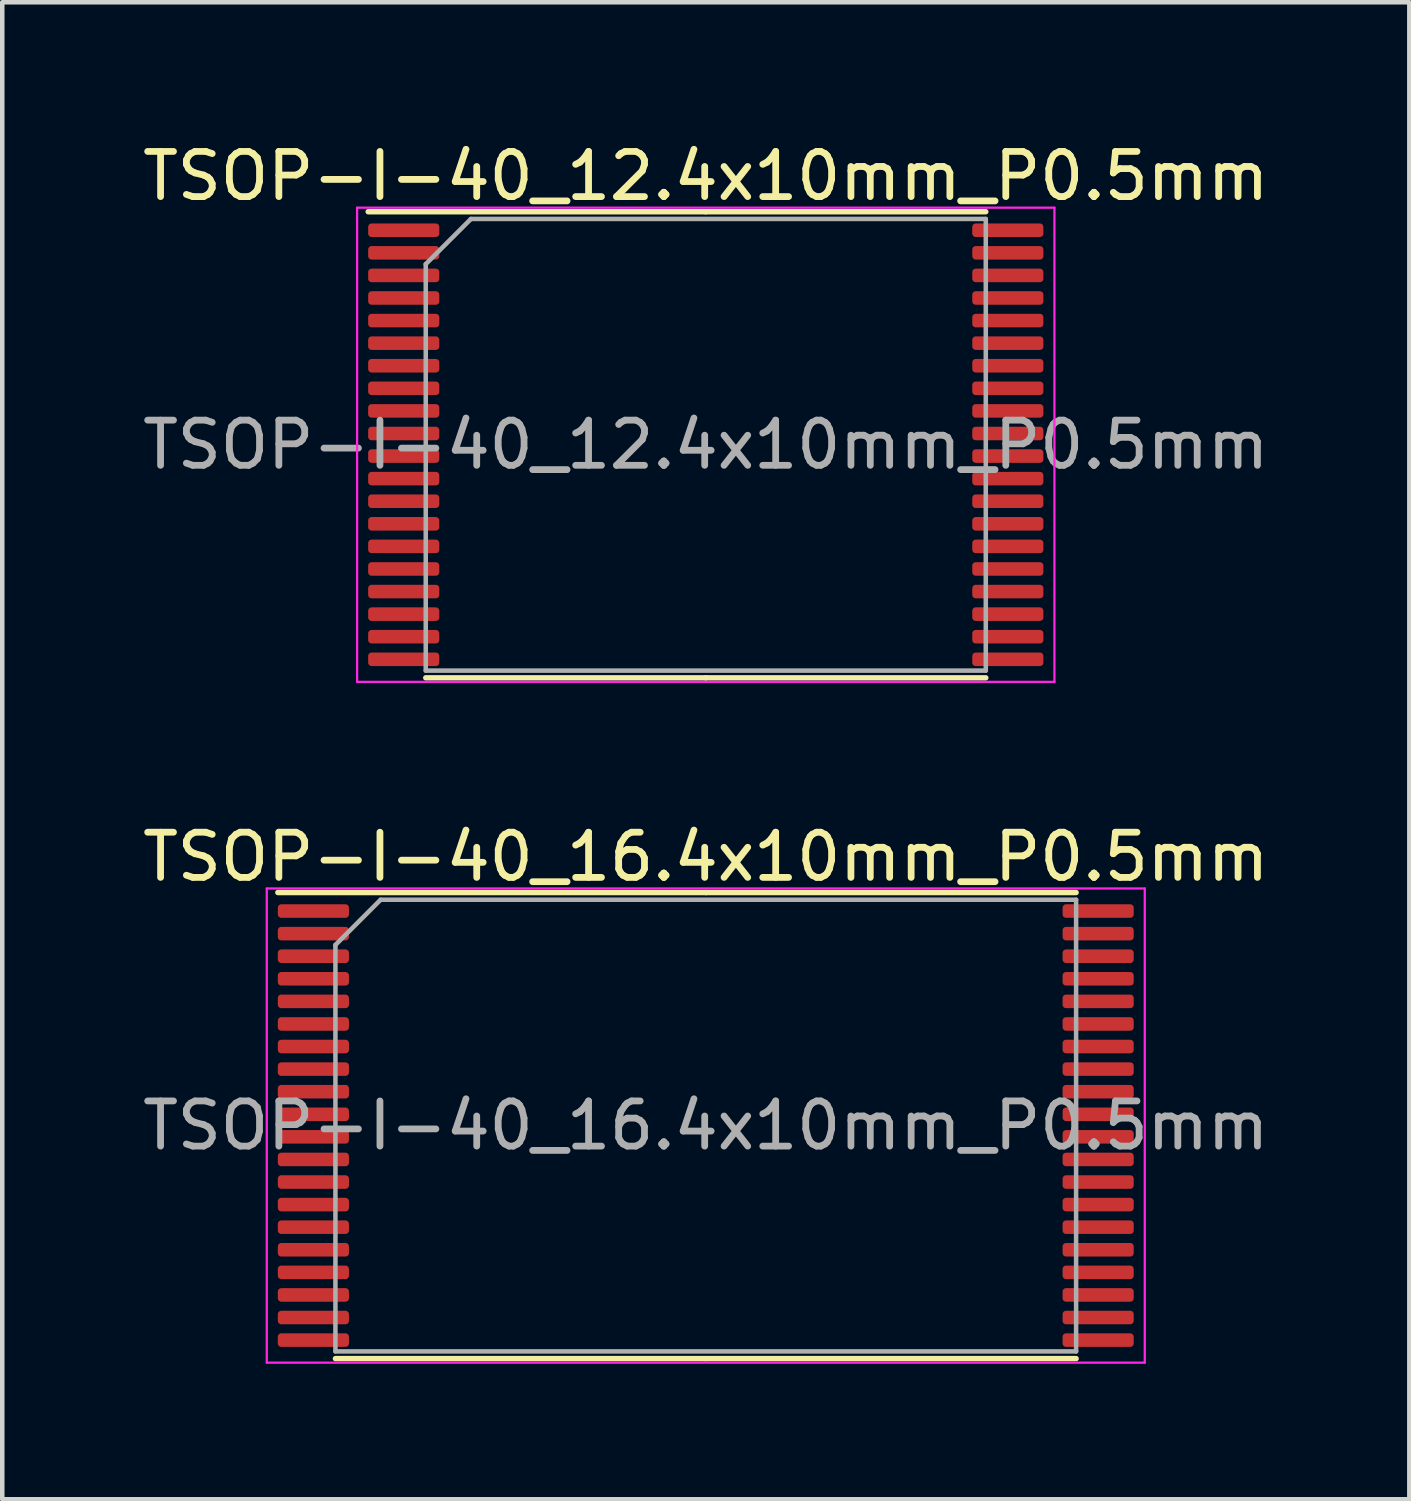
<source format=kicad_pcb>
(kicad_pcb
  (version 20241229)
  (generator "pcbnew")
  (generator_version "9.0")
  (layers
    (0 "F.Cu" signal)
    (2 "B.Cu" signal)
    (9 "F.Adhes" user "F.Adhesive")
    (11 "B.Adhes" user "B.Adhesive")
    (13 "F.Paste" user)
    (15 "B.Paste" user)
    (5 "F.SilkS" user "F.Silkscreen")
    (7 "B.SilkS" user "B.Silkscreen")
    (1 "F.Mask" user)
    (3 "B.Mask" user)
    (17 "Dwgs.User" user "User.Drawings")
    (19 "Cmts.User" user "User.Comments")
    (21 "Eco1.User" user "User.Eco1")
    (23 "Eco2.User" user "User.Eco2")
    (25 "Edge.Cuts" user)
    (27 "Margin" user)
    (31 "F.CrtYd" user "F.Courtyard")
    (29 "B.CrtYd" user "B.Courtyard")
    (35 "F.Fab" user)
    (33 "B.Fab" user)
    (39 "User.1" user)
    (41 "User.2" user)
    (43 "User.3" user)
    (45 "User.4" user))
  (footprint "TSOP-I-40_16.4x10mm_P0.5mm"
    (layer "F.Cu")
    (at 12.577 21.872)
    (property "Reference" "TSOP-I-40_16.4x10mm_P0.5mm" (at 0 -5.95 0) (layer "F.SilkS") (effects (font (size 1 1) (thickness 0.15))))
    (attr smd)
    (fp_line (start 0 -5.16) (end -9.475 -5.16) (stroke (width 0.12) (type solid)) (layer "F.SilkS"))
    (fp_line (start 0 -5.16) (end 8.2 -5.16) (stroke (width 0.12) (type solid)) (layer "F.SilkS"))
    (fp_line (start 0 5.16) (end -8.2 5.16) (stroke (width 0.12) (type solid)) (layer "F.SilkS"))
    (fp_line (start 0 5.16) (end 8.2 5.16) (stroke (width 0.12) (type solid)) (layer "F.SilkS"))
    (fp_line (start -9.72 -5.25) (end -9.72 5.25) (stroke (width 0.05) (type solid)) (layer "F.CrtYd"))
    (fp_line (start -9.72 5.25) (end 9.72 5.25) (stroke (width 0.05) (type solid)) (layer "F.CrtYd"))
    (fp_line (start 9.72 -5.25) (end -9.72 -5.25) (stroke (width 0.05) (type solid)) (layer "F.CrtYd"))
    (fp_line (start 9.72 5.25) (end 9.72 -5.25) (stroke (width 0.05) (type solid)) (layer "F.CrtYd"))
    (fp_line (start -8.2 -4) (end -7.2 -5) (stroke (width 0.1) (type solid)) (layer "F.Fab"))
    (fp_line (start -8.2 5) (end -8.2 -4) (stroke (width 0.1) (type solid)) (layer "F.Fab"))
    (fp_line (start -7.2 -5) (end 8.2 -5) (stroke (width 0.1) (type solid)) (layer "F.Fab"))
    (fp_line (start 8.2 -5) (end 8.2 5) (stroke (width 0.1) (type solid)) (layer "F.Fab"))
    (fp_line (start 8.2 5) (end -8.2 5) (stroke (width 0.1) (type solid)) (layer "F.Fab"))
    (fp_text user "${REFERENCE}" (at 0 0 0) (layer "F.Fab") (effects (font (size 1 1) (thickness 0.15))))
    (pad "1" smd roundrect (at -8.688 -4.75) (size 1.575 0.3) (layers "F.Cu" "F.Mask" "F.Paste") (roundrect_rratio 0.25))
    (pad "2" smd roundrect (at -8.688 -4.25) (size 1.575 0.3) (layers "F.Cu" "F.Mask" "F.Paste") (roundrect_rratio 0.25))
    (pad "3" smd roundrect (at -8.688 -3.75) (size 1.575 0.3) (layers "F.Cu" "F.Mask" "F.Paste") (roundrect_rratio 0.25))
    (pad "4" smd roundrect (at -8.688 -3.25) (size 1.575 0.3) (layers "F.Cu" "F.Mask" "F.Paste") (roundrect_rratio 0.25))
    (pad "5" smd roundrect (at -8.688 -2.75) (size 1.575 0.3) (layers "F.Cu" "F.Mask" "F.Paste") (roundrect_rratio 0.25))
    (pad "6" smd roundrect (at -8.688 -2.25) (size 1.575 0.3) (layers "F.Cu" "F.Mask" "F.Paste") (roundrect_rratio 0.25))
    (pad "7" smd roundrect (at -8.688 -1.75) (size 1.575 0.3) (layers "F.Cu" "F.Mask" "F.Paste") (roundrect_rratio 0.25))
    (pad "8" smd roundrect (at -8.688 -1.25) (size 1.575 0.3) (layers "F.Cu" "F.Mask" "F.Paste") (roundrect_rratio 0.25))
    (pad "9" smd roundrect (at -8.688 -0.75) (size 1.575 0.3) (layers "F.Cu" "F.Mask" "F.Paste") (roundrect_rratio 0.25))
    (pad "10" smd roundrect (at -8.688 -0.25) (size 1.575 0.3) (layers "F.Cu" "F.Mask" "F.Paste") (roundrect_rratio 0.25))
    (pad "11" smd roundrect (at -8.688 0.25) (size 1.575 0.3) (layers "F.Cu" "F.Mask" "F.Paste") (roundrect_rratio 0.25))
    (pad "12" smd roundrect (at -8.688 0.75) (size 1.575 0.3) (layers "F.Cu" "F.Mask" "F.Paste") (roundrect_rratio 0.25))
    (pad "13" smd roundrect (at -8.688 1.25) (size 1.575 0.3) (layers "F.Cu" "F.Mask" "F.Paste") (roundrect_rratio 0.25))
    (pad "14" smd roundrect (at -8.688 1.75) (size 1.575 0.3) (layers "F.Cu" "F.Mask" "F.Paste") (roundrect_rratio 0.25))
    (pad "15" smd roundrect (at -8.688 2.25) (size 1.575 0.3) (layers "F.Cu" "F.Mask" "F.Paste") (roundrect_rratio 0.25))
    (pad "16" smd roundrect (at -8.688 2.75) (size 1.575 0.3) (layers "F.Cu" "F.Mask" "F.Paste") (roundrect_rratio 0.25))
    (pad "17" smd roundrect (at -8.688 3.25) (size 1.575 0.3) (layers "F.Cu" "F.Mask" "F.Paste") (roundrect_rratio 0.25))
    (pad "18" smd roundrect (at -8.688 3.75) (size 1.575 0.3) (layers "F.Cu" "F.Mask" "F.Paste") (roundrect_rratio 0.25))
    (pad "19" smd roundrect (at -8.688 4.25) (size 1.575 0.3) (layers "F.Cu" "F.Mask" "F.Paste") (roundrect_rratio 0.25))
    (pad "20" smd roundrect (at -8.688 4.75) (size 1.575 0.3) (layers "F.Cu" "F.Mask" "F.Paste") (roundrect_rratio 0.25))
    (pad "21" smd roundrect (at 8.688 4.75) (size 1.575 0.3) (layers "F.Cu" "F.Mask" "F.Paste") (roundrect_rratio 0.25))
    (pad "22" smd roundrect (at 8.688 4.25) (size 1.575 0.3) (layers "F.Cu" "F.Mask" "F.Paste") (roundrect_rratio 0.25))
    (pad "23" smd roundrect (at 8.688 3.75) (size 1.575 0.3) (layers "F.Cu" "F.Mask" "F.Paste") (roundrect_rratio 0.25))
    (pad "24" smd roundrect (at 8.688 3.25) (size 1.575 0.3) (layers "F.Cu" "F.Mask" "F.Paste") (roundrect_rratio 0.25))
    (pad "25" smd roundrect (at 8.688 2.75) (size 1.575 0.3) (layers "F.Cu" "F.Mask" "F.Paste") (roundrect_rratio 0.25))
    (pad "26" smd roundrect (at 8.688 2.25) (size 1.575 0.3) (layers "F.Cu" "F.Mask" "F.Paste") (roundrect_rratio 0.25))
    (pad "27" smd roundrect (at 8.688 1.75) (size 1.575 0.3) (layers "F.Cu" "F.Mask" "F.Paste") (roundrect_rratio 0.25))
    (pad "28" smd roundrect (at 8.688 1.25) (size 1.575 0.3) (layers "F.Cu" "F.Mask" "F.Paste") (roundrect_rratio 0.25))
    (pad "29" smd roundrect (at 8.688 0.75) (size 1.575 0.3) (layers "F.Cu" "F.Mask" "F.Paste") (roundrect_rratio 0.25))
    (pad "30" smd roundrect (at 8.688 0.25) (size 1.575 0.3) (layers "F.Cu" "F.Mask" "F.Paste") (roundrect_rratio 0.25))
    (pad "31" smd roundrect (at 8.688 -0.25) (size 1.575 0.3) (layers "F.Cu" "F.Mask" "F.Paste") (roundrect_rratio 0.25))
    (pad "32" smd roundrect (at 8.688 -0.75) (size 1.575 0.3) (layers "F.Cu" "F.Mask" "F.Paste") (roundrect_rratio 0.25))
    (pad "33" smd roundrect (at 8.688 -1.25) (size 1.575 0.3) (layers "F.Cu" "F.Mask" "F.Paste") (roundrect_rratio 0.25))
    (pad "34" smd roundrect (at 8.688 -1.75) (size 1.575 0.3) (layers "F.Cu" "F.Mask" "F.Paste") (roundrect_rratio 0.25))
    (pad "35" smd roundrect (at 8.688 -2.25) (size 1.575 0.3) (layers "F.Cu" "F.Mask" "F.Paste") (roundrect_rratio 0.25))
    (pad "36" smd roundrect (at 8.688 -2.75) (size 1.575 0.3) (layers "F.Cu" "F.Mask" "F.Paste") (roundrect_rratio 0.25))
    (pad "37" smd roundrect (at 8.688 -3.25) (size 1.575 0.3) (layers "F.Cu" "F.Mask" "F.Paste") (roundrect_rratio 0.25))
    (pad "38" smd roundrect (at 8.688 -3.75) (size 1.575 0.3) (layers "F.Cu" "F.Mask" "F.Paste") (roundrect_rratio 0.25))
    (pad "39" smd roundrect (at 8.688 -4.25) (size 1.575 0.3) (layers "F.Cu" "F.Mask" "F.Paste") (roundrect_rratio 0.25))
    (pad "40" smd roundrect (at 8.688 -4.75) (size 1.575 0.3) (layers "F.Cu" "F.Mask" "F.Paste") (roundrect_rratio 0.25)))
  (footprint "TSOP-I-40_12.4x10mm_P0.5mm"
    (layer "F.Cu")
    (at 12.577 6.798)
    (property "Reference" "TSOP-I-40_12.4x10mm_P0.5mm" (at 0 -5.95 0) (layer "F.SilkS") (effects (font (size 1 1) (thickness 0.15))))
    (attr smd)
    (fp_line (start 0 -5.16) (end -7.475 -5.16) (stroke (width 0.12) (type solid)) (layer "F.SilkS"))
    (fp_line (start 0 -5.16) (end 6.2 -5.16) (stroke (width 0.12) (type solid)) (layer "F.SilkS"))
    (fp_line (start 0 5.16) (end -6.2 5.16) (stroke (width 0.12) (type solid)) (layer "F.SilkS"))
    (fp_line (start 0 5.16) (end 6.2 5.16) (stroke (width 0.12) (type solid)) (layer "F.SilkS"))
    (fp_line (start -7.72 -5.25) (end -7.72 5.25) (stroke (width 0.05) (type solid)) (layer "F.CrtYd"))
    (fp_line (start -7.72 5.25) (end 7.72 5.25) (stroke (width 0.05) (type solid)) (layer "F.CrtYd"))
    (fp_line (start 7.72 -5.25) (end -7.72 -5.25) (stroke (width 0.05) (type solid)) (layer "F.CrtYd"))
    (fp_line (start 7.72 5.25) (end 7.72 -5.25) (stroke (width 0.05) (type solid)) (layer "F.CrtYd"))
    (fp_line (start -6.2 -4) (end -5.2 -5) (stroke (width 0.1) (type solid)) (layer "F.Fab"))
    (fp_line (start -6.2 5) (end -6.2 -4) (stroke (width 0.1) (type solid)) (layer "F.Fab"))
    (fp_line (start -5.2 -5) (end 6.2 -5) (stroke (width 0.1) (type solid)) (layer "F.Fab"))
    (fp_line (start 6.2 -5) (end 6.2 5) (stroke (width 0.1) (type solid)) (layer "F.Fab"))
    (fp_line (start 6.2 5) (end -6.2 5) (stroke (width 0.1) (type solid)) (layer "F.Fab"))
    (fp_text user "${REFERENCE}" (at 0 0 0) (layer "F.Fab") (effects (font (size 1 1) (thickness 0.15))))
    (pad "1" smd roundrect (at -6.688 -4.75) (size 1.575 0.3) (layers "F.Cu" "F.Mask" "F.Paste") (roundrect_rratio 0.25))
    (pad "2" smd roundrect (at -6.688 -4.25) (size 1.575 0.3) (layers "F.Cu" "F.Mask" "F.Paste") (roundrect_rratio 0.25))
    (pad "3" smd roundrect (at -6.688 -3.75) (size 1.575 0.3) (layers "F.Cu" "F.Mask" "F.Paste") (roundrect_rratio 0.25))
    (pad "4" smd roundrect (at -6.688 -3.25) (size 1.575 0.3) (layers "F.Cu" "F.Mask" "F.Paste") (roundrect_rratio 0.25))
    (pad "5" smd roundrect (at -6.688 -2.75) (size 1.575 0.3) (layers "F.Cu" "F.Mask" "F.Paste") (roundrect_rratio 0.25))
    (pad "6" smd roundrect (at -6.688 -2.25) (size 1.575 0.3) (layers "F.Cu" "F.Mask" "F.Paste") (roundrect_rratio 0.25))
    (pad "7" smd roundrect (at -6.688 -1.75) (size 1.575 0.3) (layers "F.Cu" "F.Mask" "F.Paste") (roundrect_rratio 0.25))
    (pad "8" smd roundrect (at -6.688 -1.25) (size 1.575 0.3) (layers "F.Cu" "F.Mask" "F.Paste") (roundrect_rratio 0.25))
    (pad "9" smd roundrect (at -6.688 -0.75) (size 1.575 0.3) (layers "F.Cu" "F.Mask" "F.Paste") (roundrect_rratio 0.25))
    (pad "10" smd roundrect (at -6.688 -0.25) (size 1.575 0.3) (layers "F.Cu" "F.Mask" "F.Paste") (roundrect_rratio 0.25))
    (pad "11" smd roundrect (at -6.688 0.25) (size 1.575 0.3) (layers "F.Cu" "F.Mask" "F.Paste") (roundrect_rratio 0.25))
    (pad "12" smd roundrect (at -6.688 0.75) (size 1.575 0.3) (layers "F.Cu" "F.Mask" "F.Paste") (roundrect_rratio 0.25))
    (pad "13" smd roundrect (at -6.688 1.25) (size 1.575 0.3) (layers "F.Cu" "F.Mask" "F.Paste") (roundrect_rratio 0.25))
    (pad "14" smd roundrect (at -6.688 1.75) (size 1.575 0.3) (layers "F.Cu" "F.Mask" "F.Paste") (roundrect_rratio 0.25))
    (pad "15" smd roundrect (at -6.688 2.25) (size 1.575 0.3) (layers "F.Cu" "F.Mask" "F.Paste") (roundrect_rratio 0.25))
    (pad "16" smd roundrect (at -6.688 2.75) (size 1.575 0.3) (layers "F.Cu" "F.Mask" "F.Paste") (roundrect_rratio 0.25))
    (pad "17" smd roundrect (at -6.688 3.25) (size 1.575 0.3) (layers "F.Cu" "F.Mask" "F.Paste") (roundrect_rratio 0.25))
    (pad "18" smd roundrect (at -6.688 3.75) (size 1.575 0.3) (layers "F.Cu" "F.Mask" "F.Paste") (roundrect_rratio 0.25))
    (pad "19" smd roundrect (at -6.688 4.25) (size 1.575 0.3) (layers "F.Cu" "F.Mask" "F.Paste") (roundrect_rratio 0.25))
    (pad "20" smd roundrect (at -6.688 4.75) (size 1.575 0.3) (layers "F.Cu" "F.Mask" "F.Paste") (roundrect_rratio 0.25))
    (pad "21" smd roundrect (at 6.688 4.75) (size 1.575 0.3) (layers "F.Cu" "F.Mask" "F.Paste") (roundrect_rratio 0.25))
    (pad "22" smd roundrect (at 6.688 4.25) (size 1.575 0.3) (layers "F.Cu" "F.Mask" "F.Paste") (roundrect_rratio 0.25))
    (pad "23" smd roundrect (at 6.688 3.75) (size 1.575 0.3) (layers "F.Cu" "F.Mask" "F.Paste") (roundrect_rratio 0.25))
    (pad "24" smd roundrect (at 6.688 3.25) (size 1.575 0.3) (layers "F.Cu" "F.Mask" "F.Paste") (roundrect_rratio 0.25))
    (pad "25" smd roundrect (at 6.688 2.75) (size 1.575 0.3) (layers "F.Cu" "F.Mask" "F.Paste") (roundrect_rratio 0.25))
    (pad "26" smd roundrect (at 6.688 2.25) (size 1.575 0.3) (layers "F.Cu" "F.Mask" "F.Paste") (roundrect_rratio 0.25))
    (pad "27" smd roundrect (at 6.688 1.75) (size 1.575 0.3) (layers "F.Cu" "F.Mask" "F.Paste") (roundrect_rratio 0.25))
    (pad "28" smd roundrect (at 6.688 1.25) (size 1.575 0.3) (layers "F.Cu" "F.Mask" "F.Paste") (roundrect_rratio 0.25))
    (pad "29" smd roundrect (at 6.688 0.75) (size 1.575 0.3) (layers "F.Cu" "F.Mask" "F.Paste") (roundrect_rratio 0.25))
    (pad "30" smd roundrect (at 6.688 0.25) (size 1.575 0.3) (layers "F.Cu" "F.Mask" "F.Paste") (roundrect_rratio 0.25))
    (pad "31" smd roundrect (at 6.688 -0.25) (size 1.575 0.3) (layers "F.Cu" "F.Mask" "F.Paste") (roundrect_rratio 0.25))
    (pad "32" smd roundrect (at 6.688 -0.75) (size 1.575 0.3) (layers "F.Cu" "F.Mask" "F.Paste") (roundrect_rratio 0.25))
    (pad "33" smd roundrect (at 6.688 -1.25) (size 1.575 0.3) (layers "F.Cu" "F.Mask" "F.Paste") (roundrect_rratio 0.25))
    (pad "34" smd roundrect (at 6.688 -1.75) (size 1.575 0.3) (layers "F.Cu" "F.Mask" "F.Paste") (roundrect_rratio 0.25))
    (pad "35" smd roundrect (at 6.688 -2.25) (size 1.575 0.3) (layers "F.Cu" "F.Mask" "F.Paste") (roundrect_rratio 0.25))
    (pad "36" smd roundrect (at 6.688 -2.75) (size 1.575 0.3) (layers "F.Cu" "F.Mask" "F.Paste") (roundrect_rratio 0.25))
    (pad "37" smd roundrect (at 6.688 -3.25) (size 1.575 0.3) (layers "F.Cu" "F.Mask" "F.Paste") (roundrect_rratio 0.25))
    (pad "38" smd roundrect (at 6.688 -3.75) (size 1.575 0.3) (layers "F.Cu" "F.Mask" "F.Paste") (roundrect_rratio 0.25))
    (pad "39" smd roundrect (at 6.688 -4.25) (size 1.575 0.3) (layers "F.Cu" "F.Mask" "F.Paste") (roundrect_rratio 0.25))
    (pad "40" smd roundrect (at 6.688 -4.75) (size 1.575 0.3) (layers "F.Cu" "F.Mask" "F.Paste") (roundrect_rratio 0.25)))
  (gr_rect
    (start -3 -3)
    (end 28.155 30.146)
    (stroke (width 0.1) (type default))
    (fill no)
    (layer "Edge.Cuts")))
</source>
